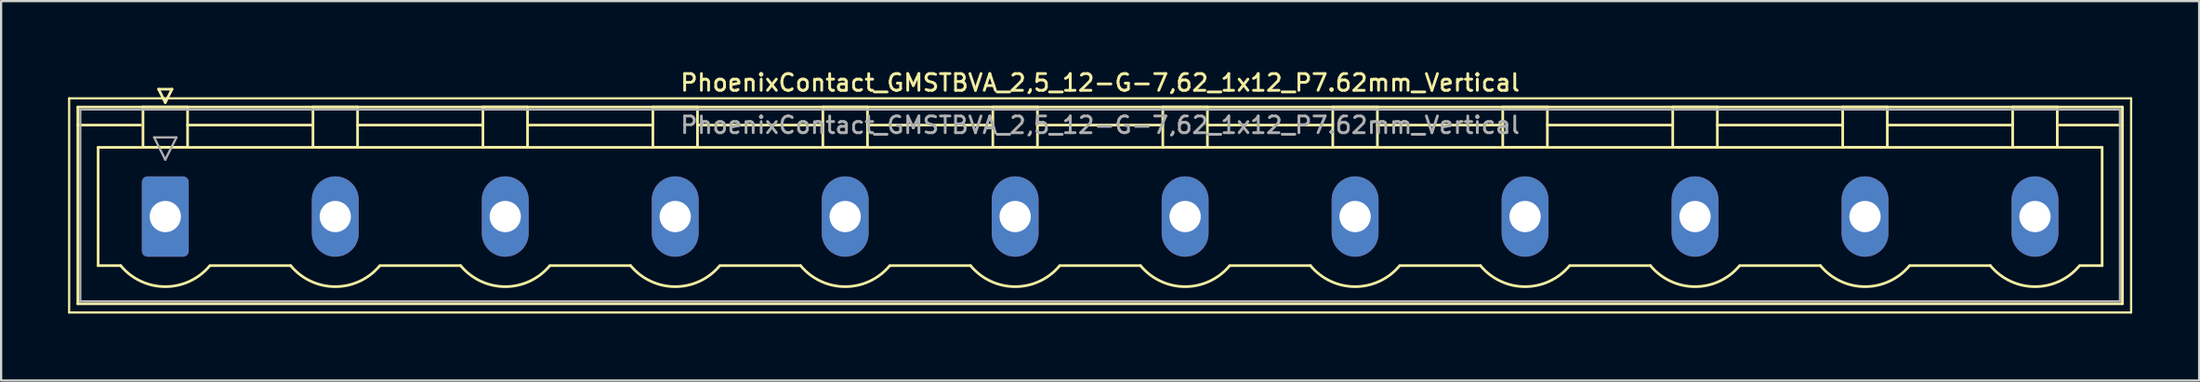
<source format=kicad_pcb>
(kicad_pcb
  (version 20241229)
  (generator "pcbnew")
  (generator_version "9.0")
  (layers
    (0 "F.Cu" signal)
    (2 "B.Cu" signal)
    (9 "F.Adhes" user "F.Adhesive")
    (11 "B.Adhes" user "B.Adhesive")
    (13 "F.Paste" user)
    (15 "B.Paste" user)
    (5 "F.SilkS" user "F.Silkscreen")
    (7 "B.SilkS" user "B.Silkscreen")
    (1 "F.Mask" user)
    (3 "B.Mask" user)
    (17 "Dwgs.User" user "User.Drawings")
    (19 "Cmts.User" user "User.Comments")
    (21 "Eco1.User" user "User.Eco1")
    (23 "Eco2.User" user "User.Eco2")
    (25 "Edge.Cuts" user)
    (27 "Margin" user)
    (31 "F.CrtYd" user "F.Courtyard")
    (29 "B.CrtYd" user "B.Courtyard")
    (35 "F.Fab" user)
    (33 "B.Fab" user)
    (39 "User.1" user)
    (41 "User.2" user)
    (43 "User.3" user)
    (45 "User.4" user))
  (footprint "PhoenixContact_GMSTBVA_2,5_12-G-7,62_1x12_P7.62mm_Vertical"
    (layer "F.Cu")
    (at 4.36 6.658)
    (property "Reference" "PhoenixContact_GMSTBVA_2,5_12-G-7,62_1x12_P7.62mm_Vertical" (at 41.91 -6 0) (layer "F.SilkS") (effects (font (size 0.75 0.75) (thickness 0.125))))
    (attr through_hole)
    (fp_line (start -4.31 -5.3) (end -4.31 4.3) (stroke (width 0.1) (type solid)) (layer "F.SilkS"))
    (fp_line (start -4.31 4.3) (end 88.13 4.3) (stroke (width 0.1) (type solid)) (layer "F.SilkS"))
    (fp_line (start -3.92 -4.91) (end -3.92 3.91) (stroke (width 0.12) (type solid)) (layer "F.SilkS"))
    (fp_line (start -3.92 -4.1) (end -1.11 -4.1) (stroke (width 0.12) (type solid)) (layer "F.SilkS"))
    (fp_line (start -3.92 3.91) (end 87.74 3.91) (stroke (width 0.12) (type solid)) (layer "F.SilkS"))
    (fp_line (start -3.01 -3.1) (end 86.83 -3.1) (stroke (width 0.12) (type solid)) (layer "F.SilkS"))
    (fp_line (start -3.01 2.2) (end -3.01 -3.1) (stroke (width 0.12) (type solid)) (layer "F.SilkS"))
    (fp_line (start -2 2.2) (end -3.01 2.2) (stroke (width 0.12) (type solid)) (layer "F.SilkS"))
    (fp_line (start -1 -4.91) (end 1 -4.91) (stroke (width 0.12) (type solid)) (layer "F.SilkS"))
    (fp_line (start -1 -3.1) (end -1 -4.91) (stroke (width 0.12) (type solid)) (layer "F.SilkS"))
    (fp_line (start -0.3 -5.71) (end 0.3 -5.71) (stroke (width 0.12) (type solid)) (layer "F.SilkS"))
    (fp_line (start 0 -5.11) (end -0.3 -5.71) (stroke (width 0.12) (type solid)) (layer "F.SilkS"))
    (fp_line (start 0.3 -5.71) (end 0 -5.11) (stroke (width 0.12) (type solid)) (layer "F.SilkS"))
    (fp_line (start 1 -4.91) (end 1 -3.1) (stroke (width 0.12) (type solid)) (layer "F.SilkS"))
    (fp_line (start 1 -4.1) (end 6.62 -4.1) (stroke (width 0.12) (type solid)) (layer "F.SilkS"))
    (fp_line (start 1 -3.1) (end -1 -3.1) (stroke (width 0.12) (type solid)) (layer "F.SilkS"))
    (fp_line (start 2 2.2) (end 5.62 2.2) (stroke (width 0.12) (type solid)) (layer "F.SilkS"))
    (fp_line (start 6.62 -4.91) (end 8.62 -4.91) (stroke (width 0.12) (type solid)) (layer "F.SilkS"))
    (fp_line (start 6.62 -3.1) (end 6.62 -4.91) (stroke (width 0.12) (type solid)) (layer "F.SilkS"))
    (fp_line (start 8.62 -4.91) (end 8.62 -3.1) (stroke (width 0.12) (type solid)) (layer "F.SilkS"))
    (fp_line (start 8.62 -4.1) (end 14.24 -4.1) (stroke (width 0.12) (type solid)) (layer "F.SilkS"))
    (fp_line (start 8.62 -3.1) (end 6.62 -3.1) (stroke (width 0.12) (type solid)) (layer "F.SilkS"))
    (fp_line (start 9.62 2.2) (end 13.24 2.2) (stroke (width 0.12) (type solid)) (layer "F.SilkS"))
    (fp_line (start 14.24 -4.91) (end 16.24 -4.91) (stroke (width 0.12) (type solid)) (layer "F.SilkS"))
    (fp_line (start 14.24 -3.1) (end 14.24 -4.91) (stroke (width 0.12) (type solid)) (layer "F.SilkS"))
    (fp_line (start 16.24 -4.91) (end 16.24 -3.1) (stroke (width 0.12) (type solid)) (layer "F.SilkS"))
    (fp_line (start 16.24 -4.1) (end 21.86 -4.1) (stroke (width 0.12) (type solid)) (layer "F.SilkS"))
    (fp_line (start 16.24 -3.1) (end 14.24 -3.1) (stroke (width 0.12) (type solid)) (layer "F.SilkS"))
    (fp_line (start 17.24 2.2) (end 20.86 2.2) (stroke (width 0.12) (type solid)) (layer "F.SilkS"))
    (fp_line (start 21.86 -4.91) (end 23.86 -4.91) (stroke (width 0.12) (type solid)) (layer "F.SilkS"))
    (fp_line (start 21.86 -3.1) (end 21.86 -4.91) (stroke (width 0.12) (type solid)) (layer "F.SilkS"))
    (fp_line (start 23.86 -4.91) (end 23.86 -3.1) (stroke (width 0.12) (type solid)) (layer "F.SilkS"))
    (fp_line (start 23.86 -4.1) (end 29.48 -4.1) (stroke (width 0.12) (type solid)) (layer "F.SilkS"))
    (fp_line (start 23.86 -3.1) (end 21.86 -3.1) (stroke (width 0.12) (type solid)) (layer "F.SilkS"))
    (fp_line (start 24.86 2.2) (end 28.48 2.2) (stroke (width 0.12) (type solid)) (layer "F.SilkS"))
    (fp_line (start 29.48 -4.91) (end 31.48 -4.91) (stroke (width 0.12) (type solid)) (layer "F.SilkS"))
    (fp_line (start 29.48 -3.1) (end 29.48 -4.91) (stroke (width 0.12) (type solid)) (layer "F.SilkS"))
    (fp_line (start 31.48 -4.91) (end 31.48 -3.1) (stroke (width 0.12) (type solid)) (layer "F.SilkS"))
    (fp_line (start 31.48 -4.1) (end 37.1 -4.1) (stroke (width 0.12) (type solid)) (layer "F.SilkS"))
    (fp_line (start 31.48 -3.1) (end 29.48 -3.1) (stroke (width 0.12) (type solid)) (layer "F.SilkS"))
    (fp_line (start 32.48 2.2) (end 36.1 2.2) (stroke (width 0.12) (type solid)) (layer "F.SilkS"))
    (fp_line (start 37.1 -4.91) (end 39.1 -4.91) (stroke (width 0.12) (type solid)) (layer "F.SilkS"))
    (fp_line (start 37.1 -3.1) (end 37.1 -4.91) (stroke (width 0.12) (type solid)) (layer "F.SilkS"))
    (fp_line (start 39.1 -4.91) (end 39.1 -3.1) (stroke (width 0.12) (type solid)) (layer "F.SilkS"))
    (fp_line (start 39.1 -4.1) (end 44.72 -4.1) (stroke (width 0.12) (type solid)) (layer "F.SilkS"))
    (fp_line (start 39.1 -3.1) (end 37.1 -3.1) (stroke (width 0.12) (type solid)) (layer "F.SilkS"))
    (fp_line (start 40.1 2.2) (end 43.72 2.2) (stroke (width 0.12) (type solid)) (layer "F.SilkS"))
    (fp_line (start 44.72 -4.91) (end 46.72 -4.91) (stroke (width 0.12) (type solid)) (layer "F.SilkS"))
    (fp_line (start 44.72 -3.1) (end 44.72 -4.91) (stroke (width 0.12) (type solid)) (layer "F.SilkS"))
    (fp_line (start 46.72 -4.91) (end 46.72 -3.1) (stroke (width 0.12) (type solid)) (layer "F.SilkS"))
    (fp_line (start 46.72 -4.1) (end 52.34 -4.1) (stroke (width 0.12) (type solid)) (layer "F.SilkS"))
    (fp_line (start 46.72 -3.1) (end 44.72 -3.1) (stroke (width 0.12) (type solid)) (layer "F.SilkS"))
    (fp_line (start 47.72 2.2) (end 51.34 2.2) (stroke (width 0.12) (type solid)) (layer "F.SilkS"))
    (fp_line (start 52.34 -4.91) (end 54.34 -4.91) (stroke (width 0.12) (type solid)) (layer "F.SilkS"))
    (fp_line (start 52.34 -3.1) (end 52.34 -4.91) (stroke (width 0.12) (type solid)) (layer "F.SilkS"))
    (fp_line (start 54.34 -4.91) (end 54.34 -3.1) (stroke (width 0.12) (type solid)) (layer "F.SilkS"))
    (fp_line (start 54.34 -4.1) (end 59.96 -4.1) (stroke (width 0.12) (type solid)) (layer "F.SilkS"))
    (fp_line (start 54.34 -3.1) (end 52.34 -3.1) (stroke (width 0.12) (type solid)) (layer "F.SilkS"))
    (fp_line (start 55.34 2.2) (end 58.96 2.2) (stroke (width 0.12) (type solid)) (layer "F.SilkS"))
    (fp_line (start 59.96 -4.91) (end 61.96 -4.91) (stroke (width 0.12) (type solid)) (layer "F.SilkS"))
    (fp_line (start 59.96 -3.1) (end 59.96 -4.91) (stroke (width 0.12) (type solid)) (layer "F.SilkS"))
    (fp_line (start 61.96 -4.91) (end 61.96 -3.1) (stroke (width 0.12) (type solid)) (layer "F.SilkS"))
    (fp_line (start 61.96 -4.1) (end 67.58 -4.1) (stroke (width 0.12) (type solid)) (layer "F.SilkS"))
    (fp_line (start 61.96 -3.1) (end 59.96 -3.1) (stroke (width 0.12) (type solid)) (layer "F.SilkS"))
    (fp_line (start 62.96 2.2) (end 66.58 2.2) (stroke (width 0.12) (type solid)) (layer "F.SilkS"))
    (fp_line (start 67.58 -4.91) (end 69.58 -4.91) (stroke (width 0.12) (type solid)) (layer "F.SilkS"))
    (fp_line (start 67.58 -3.1) (end 67.58 -4.91) (stroke (width 0.12) (type solid)) (layer "F.SilkS"))
    (fp_line (start 69.58 -4.91) (end 69.58 -3.1) (stroke (width 0.12) (type solid)) (layer "F.SilkS"))
    (fp_line (start 69.58 -4.1) (end 75.2 -4.1) (stroke (width 0.12) (type solid)) (layer "F.SilkS"))
    (fp_line (start 69.58 -3.1) (end 67.58 -3.1) (stroke (width 0.12) (type solid)) (layer "F.SilkS"))
    (fp_line (start 70.58 2.2) (end 74.2 2.2) (stroke (width 0.12) (type solid)) (layer "F.SilkS"))
    (fp_line (start 75.2 -4.91) (end 77.2 -4.91) (stroke (width 0.12) (type solid)) (layer "F.SilkS"))
    (fp_line (start 75.2 -3.1) (end 75.2 -4.91) (stroke (width 0.12) (type solid)) (layer "F.SilkS"))
    (fp_line (start 77.2 -4.91) (end 77.2 -3.1) (stroke (width 0.12) (type solid)) (layer "F.SilkS"))
    (fp_line (start 77.2 -4.1) (end 82.82 -4.1) (stroke (width 0.12) (type solid)) (layer "F.SilkS"))
    (fp_line (start 77.2 -3.1) (end 75.2 -3.1) (stroke (width 0.12) (type solid)) (layer "F.SilkS"))
    (fp_line (start 78.2 2.2) (end 81.82 2.2) (stroke (width 0.12) (type solid)) (layer "F.SilkS"))
    (fp_line (start 82.82 -4.91) (end 84.82 -4.91) (stroke (width 0.12) (type solid)) (layer "F.SilkS"))
    (fp_line (start 82.82 -3.1) (end 82.82 -4.91) (stroke (width 0.12) (type solid)) (layer "F.SilkS"))
    (fp_line (start 84.82 -4.91) (end 84.82 -3.1) (stroke (width 0.12) (type solid)) (layer "F.SilkS"))
    (fp_line (start 84.82 -3.1) (end 82.82 -3.1) (stroke (width 0.12) (type solid)) (layer "F.SilkS"))
    (fp_line (start 86.83 -3.1) (end 86.83 2.2) (stroke (width 0.12) (type solid)) (layer "F.SilkS"))
    (fp_line (start 86.83 2.2) (end 85.82 2.2) (stroke (width 0.12) (type solid)) (layer "F.SilkS"))
    (fp_line (start 87.74 -4.91) (end -3.92 -4.91) (stroke (width 0.12) (type solid)) (layer "F.SilkS"))
    (fp_line (start 87.74 -4.1) (end 84.93 -4.1) (stroke (width 0.12) (type solid)) (layer "F.SilkS"))
    (fp_line (start 87.74 3.91) (end 87.74 -4.91) (stroke (width 0.12) (type solid)) (layer "F.SilkS"))
    (fp_line (start 88.13 -5.3) (end -4.31 -5.3) (stroke (width 0.1) (type solid)) (layer "F.SilkS"))
    (fp_line (start 88.13 4.3) (end 88.13 -5.3) (stroke (width 0.1) (type solid)) (layer "F.SilkS"))
    (fp_arc (start 1.986842 2.215821) (mid -0.010289 3.142758) (end -2 2.2) (stroke (width 0.12) (type solid)) (layer "F.SilkS"))
    (fp_arc (start 9.606842 2.215821) (mid 7.609711 3.142758) (end 5.62 2.2) (stroke (width 0.12) (type solid)) (layer "F.SilkS"))
    (fp_arc (start 17.226842 2.215821) (mid 15.229711 3.142758) (end 13.24 2.2) (stroke (width 0.12) (type solid)) (layer "F.SilkS"))
    (fp_arc (start 24.846842 2.215821) (mid 22.849711 3.142758) (end 20.86 2.2) (stroke (width 0.12) (type solid)) (layer "F.SilkS"))
    (fp_arc (start 32.466842 2.215821) (mid 30.469711 3.142758) (end 28.48 2.2) (stroke (width 0.12) (type solid)) (layer "F.SilkS"))
    (fp_arc (start 40.086842 2.215821) (mid 38.089711 3.142758) (end 36.1 2.2) (stroke (width 0.12) (type solid)) (layer "F.SilkS"))
    (fp_arc (start 47.706842 2.215821) (mid 45.709711 3.142758) (end 43.72 2.2) (stroke (width 0.12) (type solid)) (layer "F.SilkS"))
    (fp_arc (start 55.326842 2.215821) (mid 53.329711 3.142758) (end 51.34 2.2) (stroke (width 0.12) (type solid)) (layer "F.SilkS"))
    (fp_arc (start 62.946842 2.215821) (mid 60.949711 3.142758) (end 58.96 2.2) (stroke (width 0.12) (type solid)) (layer "F.SilkS"))
    (fp_arc (start 70.566842 2.215821) (mid 68.569711 3.142758) (end 66.58 2.2) (stroke (width 0.12) (type solid)) (layer "F.SilkS"))
    (fp_arc (start 78.186842 2.215821) (mid 76.189711 3.142758) (end 74.2 2.2) (stroke (width 0.12) (type solid)) (layer "F.SilkS"))
    (fp_arc (start 85.806842 2.215821) (mid 83.809711 3.142758) (end 81.82 2.2) (stroke (width 0.12) (type solid)) (layer "F.SilkS"))
    (fp_line (start -3.81 -4.8) (end -3.81 3.8) (stroke (width 0.1) (type solid)) (layer "F.Fab"))
    (fp_line (start -3.81 3.8) (end 87.63 3.8) (stroke (width 0.1) (type solid)) (layer "F.Fab"))
    (fp_line (start -0.5 -3.55) (end 0.5 -3.55) (stroke (width 0.1) (type solid)) (layer "F.Fab"))
    (fp_line (start 0 -2.55) (end -0.5 -3.55) (stroke (width 0.1) (type solid)) (layer "F.Fab"))
    (fp_line (start 0.5 -3.55) (end 0 -2.55) (stroke (width 0.1) (type solid)) (layer "F.Fab"))
    (fp_line (start 87.63 -4.8) (end -3.81 -4.8) (stroke (width 0.1) (type solid)) (layer "F.Fab"))
    (fp_line (start 87.63 3.8) (end 87.63 -4.8) (stroke (width 0.1) (type solid)) (layer "F.Fab"))
    (fp_text user "${REFERENCE}" (at 41.91 -4.1 0) (layer "F.Fab") (effects (font (size 0.75 0.75) (thickness 0.125))))
    (pad "1" thru_hole roundrect (at 0 0) (size 2.1 3.6) (drill 1.4) (layers "*.Cu" "*.Mask") (roundrect_rratio 0.119))
    (pad "2" thru_hole oval (at 7.62 0) (size 2.1 3.6) (drill 1.4) (layers "*.Cu" "*.Mask"))
    (pad "3" thru_hole oval (at 15.24 0) (size 2.1 3.6) (drill 1.4) (layers "*.Cu" "*.Mask"))
    (pad "4" thru_hole oval (at 22.86 0) (size 2.1 3.6) (drill 1.4) (layers "*.Cu" "*.Mask"))
    (pad "5" thru_hole oval (at 30.48 0) (size 2.1 3.6) (drill 1.4) (layers "*.Cu" "*.Mask"))
    (pad "6" thru_hole oval (at 38.1 0) (size 2.1 3.6) (drill 1.4) (layers "*.Cu" "*.Mask"))
    (pad "7" thru_hole oval (at 45.72 0) (size 2.1 3.6) (drill 1.4) (layers "*.Cu" "*.Mask"))
    (pad "8" thru_hole oval (at 53.34 0) (size 2.1 3.6) (drill 1.4) (layers "*.Cu" "*.Mask"))
    (pad "9" thru_hole oval (at 60.96 0) (size 2.1 3.6) (drill 1.4) (layers "*.Cu" "*.Mask"))
    (pad "10" thru_hole oval (at 68.58 0) (size 2.1 3.6) (drill 1.4) (layers "*.Cu" "*.Mask"))
    (pad "11" thru_hole oval (at 76.2 0) (size 2.1 3.6) (drill 1.4) (layers "*.Cu" "*.Mask"))
    (pad "12" thru_hole oval (at 83.82 0) (size 2.1 3.6) (drill 1.4) (layers "*.Cu" "*.Mask")))
  (gr_rect
    (start -3 -3)
    (end 95.54 14.008)
    (stroke (width 0.1) (type default))
    (fill no)
    (layer "Edge.Cuts")))
</source>
